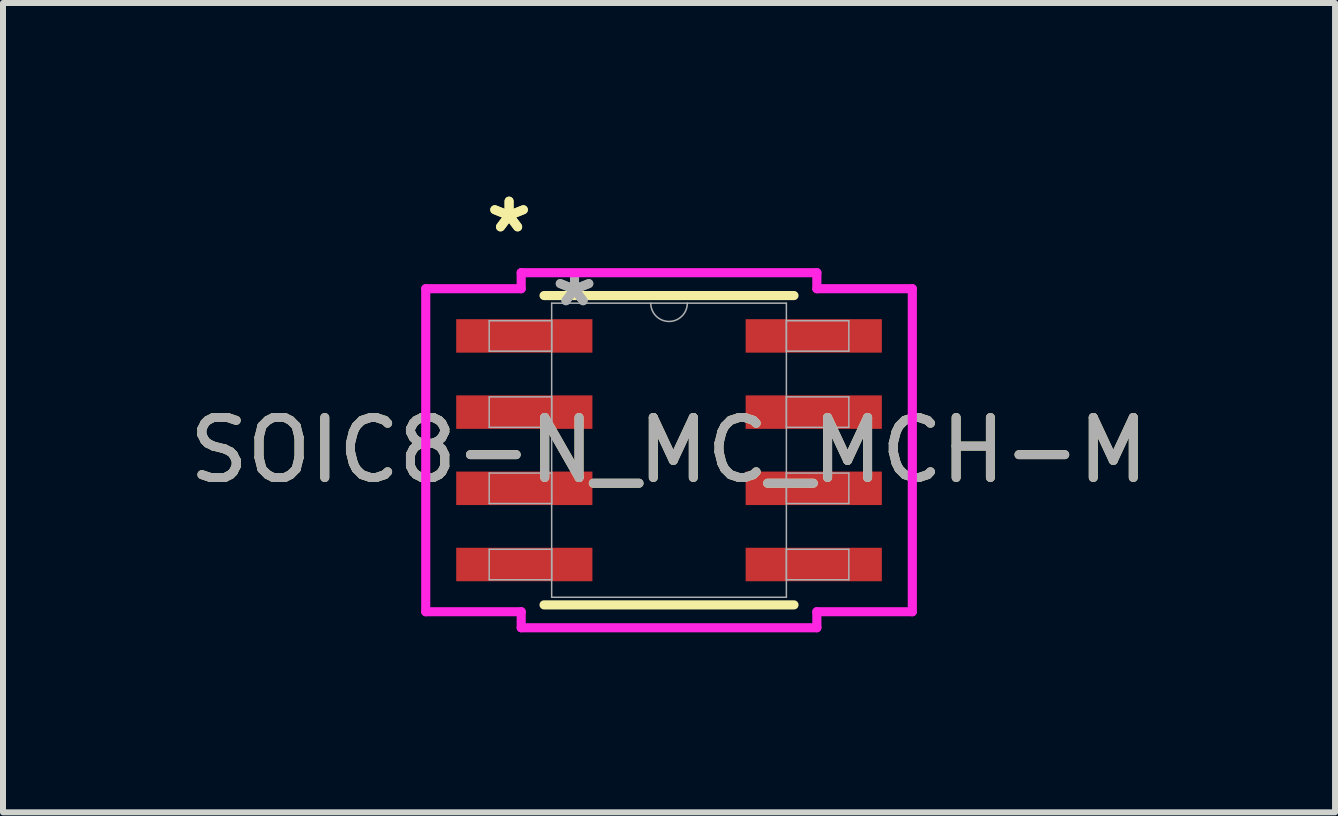
<source format=kicad_pcb>
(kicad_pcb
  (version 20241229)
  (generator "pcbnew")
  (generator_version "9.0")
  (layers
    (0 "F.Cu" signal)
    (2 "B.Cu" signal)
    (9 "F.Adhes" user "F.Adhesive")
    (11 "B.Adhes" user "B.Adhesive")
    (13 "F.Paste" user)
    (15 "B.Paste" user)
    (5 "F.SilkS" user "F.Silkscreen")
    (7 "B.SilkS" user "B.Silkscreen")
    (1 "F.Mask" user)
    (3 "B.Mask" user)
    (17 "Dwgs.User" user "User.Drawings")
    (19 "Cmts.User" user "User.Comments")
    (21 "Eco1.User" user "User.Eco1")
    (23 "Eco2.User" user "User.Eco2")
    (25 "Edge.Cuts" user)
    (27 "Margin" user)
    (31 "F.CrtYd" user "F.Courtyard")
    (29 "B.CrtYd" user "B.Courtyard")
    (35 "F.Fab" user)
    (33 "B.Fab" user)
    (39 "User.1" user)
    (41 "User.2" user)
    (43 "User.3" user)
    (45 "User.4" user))
  (footprint "SOIC8-N_MC_MCH-M"
    (layer "F.Cu")
    (at 8.101 4.454)
    (property "Reference" "SOIC8-N_MC_MCH-M" (at 0 0 0) (unlocked yes) (layer "F.SilkS") (effects (font (size 1 1) (thickness 0.15))))
    (attr smd)
    (fp_line (start -2.083 2.578) (end 2.083 2.578) (stroke (width 0.152) (type solid)) (layer "F.SilkS"))
    (fp_line (start 2.083 -2.578) (end -2.083 -2.578) (stroke (width 0.152) (type solid)) (layer "F.SilkS"))
    (fp_line (start -4.055 -2.692) (end -2.464 -2.692) (stroke (width 0.152) (type solid)) (layer "F.CrtYd"))
    (fp_line (start -4.055 2.692) (end -4.055 -2.692) (stroke (width 0.152) (type solid)) (layer "F.CrtYd"))
    (fp_line (start -4.055 2.692) (end -2.464 2.692) (stroke (width 0.152) (type solid)) (layer "F.CrtYd"))
    (fp_line (start -2.464 -2.959) (end 2.464 -2.959) (stroke (width 0.152) (type solid)) (layer "F.CrtYd"))
    (fp_line (start -2.464 -2.692) (end -2.464 -2.959) (stroke (width 0.152) (type solid)) (layer "F.CrtYd"))
    (fp_line (start -2.464 2.959) (end -2.464 2.692) (stroke (width 0.152) (type solid)) (layer "F.CrtYd"))
    (fp_line (start 2.464 -2.959) (end 2.464 -2.692) (stroke (width 0.152) (type solid)) (layer "F.CrtYd"))
    (fp_line (start 2.464 2.692) (end 2.464 2.959) (stroke (width 0.152) (type solid)) (layer "F.CrtYd"))
    (fp_line (start 2.464 2.959) (end -2.464 2.959) (stroke (width 0.152) (type solid)) (layer "F.CrtYd"))
    (fp_line (start 4.055 -2.692) (end 2.464 -2.692) (stroke (width 0.152) (type solid)) (layer "F.CrtYd"))
    (fp_line (start 4.055 -2.692) (end 4.055 2.692) (stroke (width 0.152) (type solid)) (layer "F.CrtYd"))
    (fp_line (start 4.055 2.692) (end 2.464 2.692) (stroke (width 0.152) (type solid)) (layer "F.CrtYd"))
    (fp_line (start -2.997 -2.159) (end -2.997 -1.651) (stroke (width 0.025) (type solid)) (layer "F.Fab"))
    (fp_line (start -2.997 -1.651) (end -1.956 -1.651) (stroke (width 0.025) (type solid)) (layer "F.Fab"))
    (fp_line (start -2.997 -0.889) (end -2.997 -0.381) (stroke (width 0.025) (type solid)) (layer "F.Fab"))
    (fp_line (start -2.997 -0.381) (end -1.956 -0.381) (stroke (width 0.025) (type solid)) (layer "F.Fab"))
    (fp_line (start -2.997 0.381) (end -2.997 0.889) (stroke (width 0.025) (type solid)) (layer "F.Fab"))
    (fp_line (start -2.997 0.889) (end -1.956 0.889) (stroke (width 0.025) (type solid)) (layer "F.Fab"))
    (fp_line (start -2.997 1.651) (end -2.997 2.159) (stroke (width 0.025) (type solid)) (layer "F.Fab"))
    (fp_line (start -2.997 2.159) (end -1.956 2.159) (stroke (width 0.025) (type solid)) (layer "F.Fab"))
    (fp_line (start -1.956 -2.451) (end -1.956 2.451) (stroke (width 0.025) (type solid)) (layer "F.Fab"))
    (fp_line (start -1.956 -2.159) (end -2.997 -2.159) (stroke (width 0.025) (type solid)) (layer "F.Fab"))
    (fp_line (start -1.956 -1.651) (end -1.956 -2.159) (stroke (width 0.025) (type solid)) (layer "F.Fab"))
    (fp_line (start -1.956 -0.889) (end -2.997 -0.889) (stroke (width 0.025) (type solid)) (layer "F.Fab"))
    (fp_line (start -1.956 -0.381) (end -1.956 -0.889) (stroke (width 0.025) (type solid)) (layer "F.Fab"))
    (fp_line (start -1.956 0.381) (end -2.997 0.381) (stroke (width 0.025) (type solid)) (layer "F.Fab"))
    (fp_line (start -1.956 0.889) (end -1.956 0.381) (stroke (width 0.025) (type solid)) (layer "F.Fab"))
    (fp_line (start -1.956 1.651) (end -2.997 1.651) (stroke (width 0.025) (type solid)) (layer "F.Fab"))
    (fp_line (start -1.956 2.159) (end -1.956 1.651) (stroke (width 0.025) (type solid)) (layer "F.Fab"))
    (fp_line (start -1.956 2.451) (end 1.956 2.451) (stroke (width 0.025) (type solid)) (layer "F.Fab"))
    (fp_line (start 1.956 -2.451) (end -1.956 -2.451) (stroke (width 0.025) (type solid)) (layer "F.Fab"))
    (fp_line (start 1.956 -2.159) (end 1.956 -1.651) (stroke (width 0.025) (type solid)) (layer "F.Fab"))
    (fp_line (start 1.956 -1.651) (end 2.997 -1.651) (stroke (width 0.025) (type solid)) (layer "F.Fab"))
    (fp_line (start 1.956 -0.889) (end 1.956 -0.381) (stroke (width 0.025) (type solid)) (layer "F.Fab"))
    (fp_line (start 1.956 -0.381) (end 2.997 -0.381) (stroke (width 0.025) (type solid)) (layer "F.Fab"))
    (fp_line (start 1.956 0.381) (end 1.956 0.889) (stroke (width 0.025) (type solid)) (layer "F.Fab"))
    (fp_line (start 1.956 0.889) (end 2.997 0.889) (stroke (width 0.025) (type solid)) (layer "F.Fab"))
    (fp_line (start 1.956 1.651) (end 1.956 2.159) (stroke (width 0.025) (type solid)) (layer "F.Fab"))
    (fp_line (start 1.956 2.159) (end 2.997 2.159) (stroke (width 0.025) (type solid)) (layer "F.Fab"))
    (fp_line (start 1.956 2.451) (end 1.956 -2.451) (stroke (width 0.025) (type solid)) (layer "F.Fab"))
    (fp_line (start 2.997 -2.159) (end 1.956 -2.159) (stroke (width 0.025) (type solid)) (layer "F.Fab"))
    (fp_line (start 2.997 -1.651) (end 2.997 -2.159) (stroke (width 0.025) (type solid)) (layer "F.Fab"))
    (fp_line (start 2.997 -0.889) (end 1.956 -0.889) (stroke (width 0.025) (type solid)) (layer "F.Fab"))
    (fp_line (start 2.997 -0.381) (end 2.997 -0.889) (stroke (width 0.025) (type solid)) (layer "F.Fab"))
    (fp_line (start 2.997 0.381) (end 1.956 0.381) (stroke (width 0.025) (type solid)) (layer "F.Fab"))
    (fp_line (start 2.997 0.889) (end 2.997 0.381) (stroke (width 0.025) (type solid)) (layer "F.Fab"))
    (fp_line (start 2.997 1.651) (end 1.956 1.651) (stroke (width 0.025) (type solid)) (layer "F.Fab"))
    (fp_line (start 2.997 2.159) (end 2.997 1.651) (stroke (width 0.025) (type solid)) (layer "F.Fab"))
    (fp_arc (start 0.3048 -2.4511) (mid 0 -2.1463) (end -0.3048 -2.4511) (stroke (width 0.0254) (type solid)) (layer "F.Fab"))
    (fp_text user "*" (at -2.666 -3.606 0) (unlocked yes) (layer "F.SilkS") (effects (font (size 1 1) (thickness 0.15))))
    (fp_text user "*" (at -2.666 -3.606 0) (layer "F.SilkS") (effects (font (size 1 1) (thickness 0.15))))
    (fp_text user "${REFERENCE}" (at 0 0 0) (unlocked yes) (layer "F.Fab") (effects (font (size 1 1) (thickness 0.15))))
    (fp_text user "*" (at -1.575 -2.375 0) (unlocked yes) (layer "F.Fab") (effects (font (size 1 1) (thickness 0.15))))
    (fp_text user "*" (at -1.575 -2.375 0) (layer "F.Fab") (effects (font (size 1 1) (thickness 0.15))))
    (pad "1" smd rect (at -2.412 -1.905) (size 2.27 0.558) (layers "F.Cu" "F.Mask" "F.Paste"))
    (pad "2" smd rect (at -2.412 -0.635) (size 2.27 0.558) (layers "F.Cu" "F.Mask" "F.Paste"))
    (pad "3" smd rect (at -2.412 0.635) (size 2.27 0.558) (layers "F.Cu" "F.Mask" "F.Paste"))
    (pad "4" smd rect (at -2.412 1.905) (size 2.27 0.558) (layers "F.Cu" "F.Mask" "F.Paste"))
    (pad "5" smd rect (at 2.412 1.905) (size 2.27 0.558) (layers "F.Cu" "F.Mask" "F.Paste"))
    (pad "6" smd rect (at 2.412 0.635) (size 2.27 0.558) (layers "F.Cu" "F.Mask" "F.Paste"))
    (pad "7" smd rect (at 2.412 -0.635) (size 2.27 0.558) (layers "F.Cu" "F.Mask" "F.Paste"))
    (pad "8" smd rect (at 2.412 -1.905) (size 2.27 0.558) (layers "F.Cu" "F.Mask" "F.Paste")))
  (gr_rect
    (start -3 -3)
    (end 19.202 10.49)
    (stroke (width 0.1) (type default))
    (fill no)
    (layer "Edge.Cuts")))
</source>
